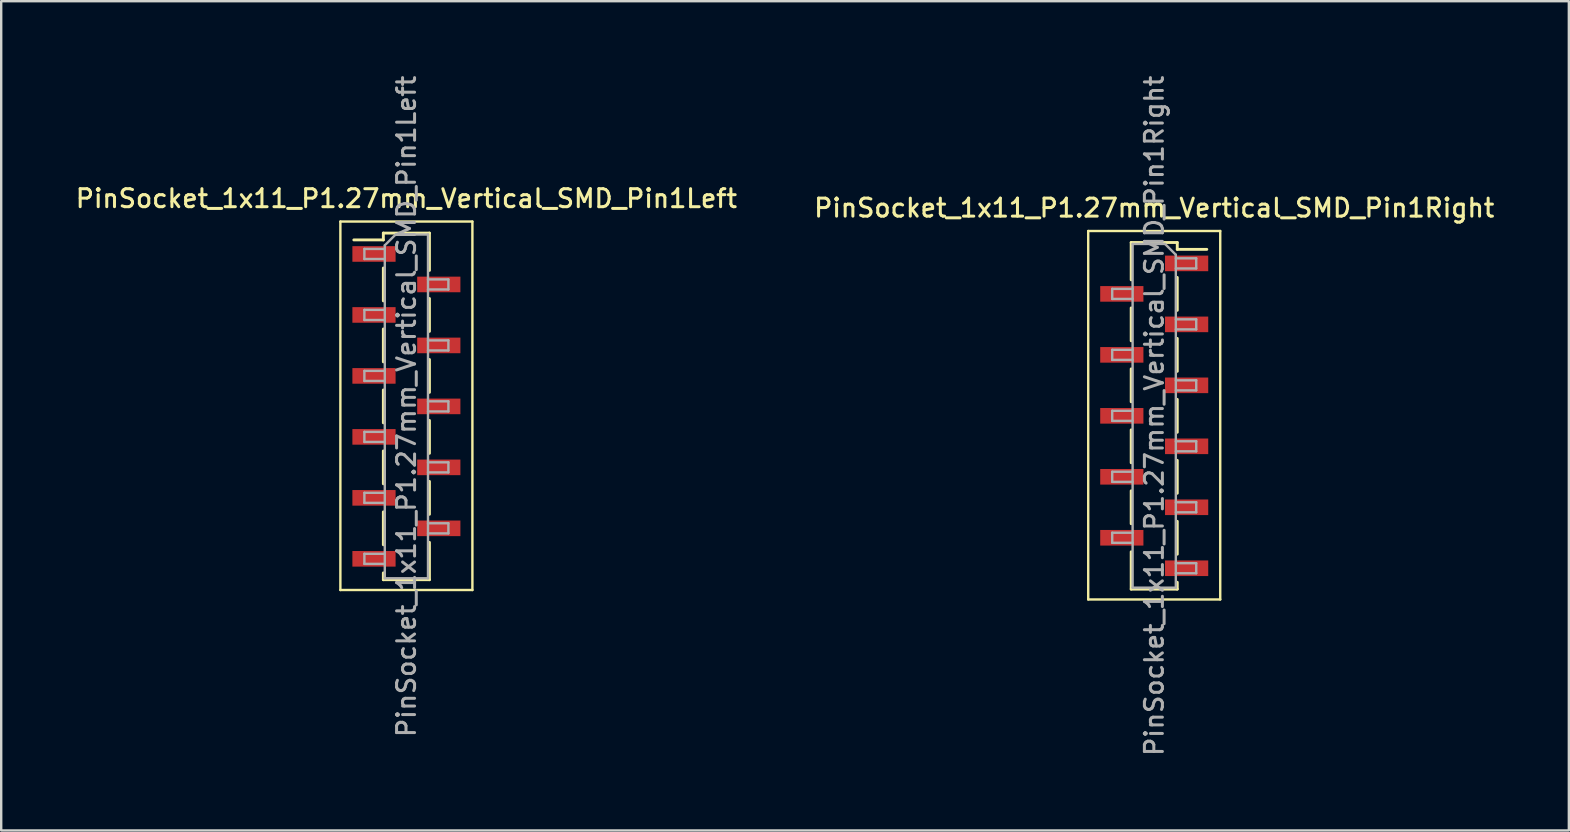
<source format=kicad_pcb>
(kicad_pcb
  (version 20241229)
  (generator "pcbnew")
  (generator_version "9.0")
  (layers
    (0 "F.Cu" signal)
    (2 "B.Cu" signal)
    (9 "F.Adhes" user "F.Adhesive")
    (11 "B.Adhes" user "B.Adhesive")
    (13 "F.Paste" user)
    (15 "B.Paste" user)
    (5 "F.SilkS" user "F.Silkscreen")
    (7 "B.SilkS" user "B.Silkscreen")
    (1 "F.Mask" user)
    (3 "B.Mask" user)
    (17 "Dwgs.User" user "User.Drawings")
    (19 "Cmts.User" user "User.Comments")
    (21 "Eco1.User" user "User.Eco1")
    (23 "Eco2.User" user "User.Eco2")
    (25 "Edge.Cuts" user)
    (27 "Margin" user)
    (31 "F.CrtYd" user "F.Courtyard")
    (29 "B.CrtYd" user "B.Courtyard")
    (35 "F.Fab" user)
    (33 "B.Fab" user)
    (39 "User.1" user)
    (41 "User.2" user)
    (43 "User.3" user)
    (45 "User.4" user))
  (footprint "PinSocket_1x11_P1.27mm_Vertical_SMD_Pin1Right"
    (layer "F.Cu")
    (at 45.034 14.273)
    (property "Reference" "PinSocket_1x11_P1.27mm_Vertical_SMD_Pin1Right" (at 0 -8.66 0) (layer "F.SilkS") (effects (font (size 0.75 0.75) (thickness 0.125))))
    (attr smd)
    (fp_line (start -2.75 -7.7) (end 2.75 -7.7) (stroke (width 0.1) (type solid)) (layer "F.SilkS"))
    (fp_line (start -2.75 7.65) (end -2.75 -7.7) (stroke (width 0.1) (type solid)) (layer "F.SilkS"))
    (fp_line (start -0.96 -7.22) (end -0.96 -5.665) (stroke (width 0.12) (type solid)) (layer "F.SilkS"))
    (fp_line (start -0.96 -7.22) (end 0.96 -7.22) (stroke (width 0.12) (type solid)) (layer "F.SilkS"))
    (fp_line (start -0.96 -4.495) (end -0.96 -3.125) (stroke (width 0.12) (type solid)) (layer "F.SilkS"))
    (fp_line (start -0.96 -1.955) (end -0.96 -0.585) (stroke (width 0.12) (type solid)) (layer "F.SilkS"))
    (fp_line (start -0.96 0.585) (end -0.96 1.955) (stroke (width 0.12) (type solid)) (layer "F.SilkS"))
    (fp_line (start -0.96 3.125) (end -0.96 4.495) (stroke (width 0.12) (type solid)) (layer "F.SilkS"))
    (fp_line (start -0.96 5.665) (end -0.96 7.22) (stroke (width 0.12) (type solid)) (layer "F.SilkS"))
    (fp_line (start -0.96 7.22) (end 0.96 7.22) (stroke (width 0.12) (type solid)) (layer "F.SilkS"))
    (fp_line (start 0.96 -7.22) (end 0.96 -6.935) (stroke (width 0.12) (type solid)) (layer "F.SilkS"))
    (fp_line (start 0.96 -6.935) (end 2.19 -6.935) (stroke (width 0.12) (type solid)) (layer "F.SilkS"))
    (fp_line (start 0.96 -5.765) (end 0.96 -4.395) (stroke (width 0.12) (type solid)) (layer "F.SilkS"))
    (fp_line (start 0.96 -3.225) (end 0.96 -1.855) (stroke (width 0.12) (type solid)) (layer "F.SilkS"))
    (fp_line (start 0.96 -0.685) (end 0.96 0.685) (stroke (width 0.12) (type solid)) (layer "F.SilkS"))
    (fp_line (start 0.96 1.855) (end 0.96 3.225) (stroke (width 0.12) (type solid)) (layer "F.SilkS"))
    (fp_line (start 0.96 4.395) (end 0.96 5.765) (stroke (width 0.12) (type solid)) (layer "F.SilkS"))
    (fp_line (start 0.96 6.935) (end 0.96 7.22) (stroke (width 0.12) (type solid)) (layer "F.SilkS"))
    (fp_line (start 2.75 -7.7) (end 2.75 7.65) (stroke (width 0.1) (type solid)) (layer "F.SilkS"))
    (fp_line (start 2.75 7.65) (end -2.75 7.65) (stroke (width 0.1) (type solid)) (layer "F.SilkS"))
    (fp_line (start -1.75 -5.29) (end -0.9 -5.29) (stroke (width 0.1) (type solid)) (layer "F.Fab"))
    (fp_line (start -1.75 -4.87) (end -1.75 -5.29) (stroke (width 0.1) (type solid)) (layer "F.Fab"))
    (fp_line (start -1.75 -2.75) (end -0.9 -2.75) (stroke (width 0.1) (type solid)) (layer "F.Fab"))
    (fp_line (start -1.75 -2.33) (end -1.75 -2.75) (stroke (width 0.1) (type solid)) (layer "F.Fab"))
    (fp_line (start -1.75 -0.21) (end -0.9 -0.21) (stroke (width 0.1) (type solid)) (layer "F.Fab"))
    (fp_line (start -1.75 0.21) (end -1.75 -0.21) (stroke (width 0.1) (type solid)) (layer "F.Fab"))
    (fp_line (start -1.75 2.33) (end -0.9 2.33) (stroke (width 0.1) (type solid)) (layer "F.Fab"))
    (fp_line (start -1.75 2.75) (end -1.75 2.33) (stroke (width 0.1) (type solid)) (layer "F.Fab"))
    (fp_line (start -1.75 4.87) (end -0.9 4.87) (stroke (width 0.1) (type solid)) (layer "F.Fab"))
    (fp_line (start -1.75 5.29) (end -1.75 4.87) (stroke (width 0.1) (type solid)) (layer "F.Fab"))
    (fp_line (start -0.9 -7.16) (end 0.45 -7.16) (stroke (width 0.1) (type solid)) (layer "F.Fab"))
    (fp_line (start -0.9 -4.87) (end -1.75 -4.87) (stroke (width 0.1) (type solid)) (layer "F.Fab"))
    (fp_line (start -0.9 -2.33) (end -1.75 -2.33) (stroke (width 0.1) (type solid)) (layer "F.Fab"))
    (fp_line (start -0.9 0.21) (end -1.75 0.21) (stroke (width 0.1) (type solid)) (layer "F.Fab"))
    (fp_line (start -0.9 2.75) (end -1.75 2.75) (stroke (width 0.1) (type solid)) (layer "F.Fab"))
    (fp_line (start -0.9 5.29) (end -1.75 5.29) (stroke (width 0.1) (type solid)) (layer "F.Fab"))
    (fp_line (start -0.9 7.16) (end -0.9 -7.16) (stroke (width 0.1) (type solid)) (layer "F.Fab"))
    (fp_line (start 0.45 -7.16) (end 0.9 -6.71) (stroke (width 0.1) (type solid)) (layer "F.Fab"))
    (fp_line (start 0.9 -6.71) (end 0.9 7.16) (stroke (width 0.1) (type solid)) (layer "F.Fab"))
    (fp_line (start 0.9 -6.56) (end 1.75 -6.56) (stroke (width 0.1) (type solid)) (layer "F.Fab"))
    (fp_line (start 0.9 -4.02) (end 1.75 -4.02) (stroke (width 0.1) (type solid)) (layer "F.Fab"))
    (fp_line (start 0.9 -1.48) (end 1.75 -1.48) (stroke (width 0.1) (type solid)) (layer "F.Fab"))
    (fp_line (start 0.9 1.06) (end 1.75 1.06) (stroke (width 0.1) (type solid)) (layer "F.Fab"))
    (fp_line (start 0.9 3.6) (end 1.75 3.6) (stroke (width 0.1) (type solid)) (layer "F.Fab"))
    (fp_line (start 0.9 6.14) (end 1.75 6.14) (stroke (width 0.1) (type solid)) (layer "F.Fab"))
    (fp_line (start 0.9 7.16) (end -0.9 7.16) (stroke (width 0.1) (type solid)) (layer "F.Fab"))
    (fp_line (start 1.75 -6.56) (end 1.75 -6.14) (stroke (width 0.1) (type solid)) (layer "F.Fab"))
    (fp_line (start 1.75 -6.14) (end 0.9 -6.14) (stroke (width 0.1) (type solid)) (layer "F.Fab"))
    (fp_line (start 1.75 -4.02) (end 1.75 -3.6) (stroke (width 0.1) (type solid)) (layer "F.Fab"))
    (fp_line (start 1.75 -3.6) (end 0.9 -3.6) (stroke (width 0.1) (type solid)) (layer "F.Fab"))
    (fp_line (start 1.75 -1.48) (end 1.75 -1.06) (stroke (width 0.1) (type solid)) (layer "F.Fab"))
    (fp_line (start 1.75 -1.06) (end 0.9 -1.06) (stroke (width 0.1) (type solid)) (layer "F.Fab"))
    (fp_line (start 1.75 1.06) (end 1.75 1.48) (stroke (width 0.1) (type solid)) (layer "F.Fab"))
    (fp_line (start 1.75 1.48) (end 0.9 1.48) (stroke (width 0.1) (type solid)) (layer "F.Fab"))
    (fp_line (start 1.75 3.6) (end 1.75 4.02) (stroke (width 0.1) (type solid)) (layer "F.Fab"))
    (fp_line (start 1.75 4.02) (end 0.9 4.02) (stroke (width 0.1) (type solid)) (layer "F.Fab"))
    (fp_line (start 1.75 6.14) (end 1.75 6.56) (stroke (width 0.1) (type solid)) (layer "F.Fab"))
    (fp_line (start 1.75 6.56) (end 0.9 6.56) (stroke (width 0.1) (type solid)) (layer "F.Fab"))
    (fp_text user "${REFERENCE}" (at 0 0 90) (layer "F.Fab") (effects (font (size 0.75 0.75) (thickness 0.125))))
    (pad "1" smd rect (at 1.35 -6.35) (size 1.8 0.65) (layers "F.Cu" "F.Mask" "F.Paste"))
    (pad "2" smd rect (at -1.35 -5.08) (size 1.8 0.65) (layers "F.Cu" "F.Mask" "F.Paste"))
    (pad "3" smd rect (at 1.35 -3.81) (size 1.8 0.65) (layers "F.Cu" "F.Mask" "F.Paste"))
    (pad "4" smd rect (at -1.35 -2.54) (size 1.8 0.65) (layers "F.Cu" "F.Mask" "F.Paste"))
    (pad "5" smd rect (at 1.35 -1.27) (size 1.8 0.65) (layers "F.Cu" "F.Mask" "F.Paste"))
    (pad "6" smd rect (at -1.35 0) (size 1.8 0.65) (layers "F.Cu" "F.Mask" "F.Paste"))
    (pad "7" smd rect (at 1.35 1.27) (size 1.8 0.65) (layers "F.Cu" "F.Mask" "F.Paste"))
    (pad "8" smd rect (at -1.35 2.54) (size 1.8 0.65) (layers "F.Cu" "F.Mask" "F.Paste"))
    (pad "9" smd rect (at 1.35 3.81) (size 1.8 0.65) (layers "F.Cu" "F.Mask" "F.Paste"))
    (pad "10" smd rect (at -1.35 5.08) (size 1.8 0.65) (layers "F.Cu" "F.Mask" "F.Paste"))
    (pad "11" smd rect (at 1.35 6.35) (size 1.8 0.65) (layers "F.Cu" "F.Mask" "F.Paste")))
  (footprint "PinSocket_1x11_P1.27mm_Vertical_SMD_Pin1Left"
    (layer "F.Cu")
    (at 13.88 13.88)
    (property "Reference" "PinSocket_1x11_P1.27mm_Vertical_SMD_Pin1Left" (at 0 -8.66 0) (layer "F.SilkS") (effects (font (size 0.75 0.75) (thickness 0.125))))
    (attr smd)
    (fp_line (start -2.75 -7.7) (end 2.75 -7.7) (stroke (width 0.1) (type solid)) (layer "F.SilkS"))
    (fp_line (start -2.75 7.65) (end -2.75 -7.7) (stroke (width 0.1) (type solid)) (layer "F.SilkS"))
    (fp_line (start -2.19 -6.935) (end -0.96 -6.935) (stroke (width 0.12) (type solid)) (layer "F.SilkS"))
    (fp_line (start -0.96 -7.22) (end -0.96 -6.935) (stroke (width 0.12) (type solid)) (layer "F.SilkS"))
    (fp_line (start -0.96 -7.22) (end 0.96 -7.22) (stroke (width 0.12) (type solid)) (layer "F.SilkS"))
    (fp_line (start -0.96 -5.765) (end -0.96 -4.395) (stroke (width 0.12) (type solid)) (layer "F.SilkS"))
    (fp_line (start -0.96 -3.225) (end -0.96 -1.855) (stroke (width 0.12) (type solid)) (layer "F.SilkS"))
    (fp_line (start -0.96 -0.685) (end -0.96 0.685) (stroke (width 0.12) (type solid)) (layer "F.SilkS"))
    (fp_line (start -0.96 1.855) (end -0.96 3.225) (stroke (width 0.12) (type solid)) (layer "F.SilkS"))
    (fp_line (start -0.96 4.395) (end -0.96 5.765) (stroke (width 0.12) (type solid)) (layer "F.SilkS"))
    (fp_line (start -0.96 6.935) (end -0.96 7.22) (stroke (width 0.12) (type solid)) (layer "F.SilkS"))
    (fp_line (start -0.96 7.22) (end 0.96 7.22) (stroke (width 0.12) (type solid)) (layer "F.SilkS"))
    (fp_line (start 0.96 -7.22) (end 0.96 -5.665) (stroke (width 0.12) (type solid)) (layer "F.SilkS"))
    (fp_line (start 0.96 -4.495) (end 0.96 -3.125) (stroke (width 0.12) (type solid)) (layer "F.SilkS"))
    (fp_line (start 0.96 -1.955) (end 0.96 -0.585) (stroke (width 0.12) (type solid)) (layer "F.SilkS"))
    (fp_line (start 0.96 0.585) (end 0.96 1.955) (stroke (width 0.12) (type solid)) (layer "F.SilkS"))
    (fp_line (start 0.96 3.125) (end 0.96 4.495) (stroke (width 0.12) (type solid)) (layer "F.SilkS"))
    (fp_line (start 0.96 5.665) (end 0.96 7.22) (stroke (width 0.12) (type solid)) (layer "F.SilkS"))
    (fp_line (start 2.75 -7.7) (end 2.75 7.65) (stroke (width 0.1) (type solid)) (layer "F.SilkS"))
    (fp_line (start 2.75 7.65) (end -2.75 7.65) (stroke (width 0.1) (type solid)) (layer "F.SilkS"))
    (fp_line (start -1.75 -6.56) (end -0.9 -6.56) (stroke (width 0.1) (type solid)) (layer "F.Fab"))
    (fp_line (start -1.75 -6.14) (end -1.75 -6.56) (stroke (width 0.1) (type solid)) (layer "F.Fab"))
    (fp_line (start -1.75 -4.02) (end -0.9 -4.02) (stroke (width 0.1) (type solid)) (layer "F.Fab"))
    (fp_line (start -1.75 -3.6) (end -1.75 -4.02) (stroke (width 0.1) (type solid)) (layer "F.Fab"))
    (fp_line (start -1.75 -1.48) (end -0.9 -1.48) (stroke (width 0.1) (type solid)) (layer "F.Fab"))
    (fp_line (start -1.75 -1.06) (end -1.75 -1.48) (stroke (width 0.1) (type solid)) (layer "F.Fab"))
    (fp_line (start -1.75 1.06) (end -0.9 1.06) (stroke (width 0.1) (type solid)) (layer "F.Fab"))
    (fp_line (start -1.75 1.48) (end -1.75 1.06) (stroke (width 0.1) (type solid)) (layer "F.Fab"))
    (fp_line (start -1.75 3.6) (end -0.9 3.6) (stroke (width 0.1) (type solid)) (layer "F.Fab"))
    (fp_line (start -1.75 4.02) (end -1.75 3.6) (stroke (width 0.1) (type solid)) (layer "F.Fab"))
    (fp_line (start -1.75 6.14) (end -0.9 6.14) (stroke (width 0.1) (type solid)) (layer "F.Fab"))
    (fp_line (start -1.75 6.56) (end -1.75 6.14) (stroke (width 0.1) (type solid)) (layer "F.Fab"))
    (fp_line (start -0.9 -6.71) (end -0.45 -7.16) (stroke (width 0.1) (type solid)) (layer "F.Fab"))
    (fp_line (start -0.9 -6.14) (end -1.75 -6.14) (stroke (width 0.1) (type solid)) (layer "F.Fab"))
    (fp_line (start -0.9 -3.6) (end -1.75 -3.6) (stroke (width 0.1) (type solid)) (layer "F.Fab"))
    (fp_line (start -0.9 -1.06) (end -1.75 -1.06) (stroke (width 0.1) (type solid)) (layer "F.Fab"))
    (fp_line (start -0.9 1.48) (end -1.75 1.48) (stroke (width 0.1) (type solid)) (layer "F.Fab"))
    (fp_line (start -0.9 4.02) (end -1.75 4.02) (stroke (width 0.1) (type solid)) (layer "F.Fab"))
    (fp_line (start -0.9 6.56) (end -1.75 6.56) (stroke (width 0.1) (type solid)) (layer "F.Fab"))
    (fp_line (start -0.9 7.16) (end -0.9 -6.71) (stroke (width 0.1) (type solid)) (layer "F.Fab"))
    (fp_line (start -0.45 -7.16) (end 0.9 -7.16) (stroke (width 0.1) (type solid)) (layer "F.Fab"))
    (fp_line (start 0.9 -7.16) (end 0.9 7.16) (stroke (width 0.1) (type solid)) (layer "F.Fab"))
    (fp_line (start 0.9 -5.29) (end 1.75 -5.29) (stroke (width 0.1) (type solid)) (layer "F.Fab"))
    (fp_line (start 0.9 -2.75) (end 1.75 -2.75) (stroke (width 0.1) (type solid)) (layer "F.Fab"))
    (fp_line (start 0.9 -0.21) (end 1.75 -0.21) (stroke (width 0.1) (type solid)) (layer "F.Fab"))
    (fp_line (start 0.9 2.33) (end 1.75 2.33) (stroke (width 0.1) (type solid)) (layer "F.Fab"))
    (fp_line (start 0.9 4.87) (end 1.75 4.87) (stroke (width 0.1) (type solid)) (layer "F.Fab"))
    (fp_line (start 0.9 7.16) (end -0.9 7.16) (stroke (width 0.1) (type solid)) (layer "F.Fab"))
    (fp_line (start 1.75 -5.29) (end 1.75 -4.87) (stroke (width 0.1) (type solid)) (layer "F.Fab"))
    (fp_line (start 1.75 -4.87) (end 0.9 -4.87) (stroke (width 0.1) (type solid)) (layer "F.Fab"))
    (fp_line (start 1.75 -2.75) (end 1.75 -2.33) (stroke (width 0.1) (type solid)) (layer "F.Fab"))
    (fp_line (start 1.75 -2.33) (end 0.9 -2.33) (stroke (width 0.1) (type solid)) (layer "F.Fab"))
    (fp_line (start 1.75 -0.21) (end 1.75 0.21) (stroke (width 0.1) (type solid)) (layer "F.Fab"))
    (fp_line (start 1.75 0.21) (end 0.9 0.21) (stroke (width 0.1) (type solid)) (layer "F.Fab"))
    (fp_line (start 1.75 2.33) (end 1.75 2.75) (stroke (width 0.1) (type solid)) (layer "F.Fab"))
    (fp_line (start 1.75 2.75) (end 0.9 2.75) (stroke (width 0.1) (type solid)) (layer "F.Fab"))
    (fp_line (start 1.75 4.87) (end 1.75 5.29) (stroke (width 0.1) (type solid)) (layer "F.Fab"))
    (fp_line (start 1.75 5.29) (end 0.9 5.29) (stroke (width 0.1) (type solid)) (layer "F.Fab"))
    (fp_text user "${REFERENCE}" (at 0 0 90) (layer "F.Fab") (effects (font (size 0.75 0.75) (thickness 0.125))))
    (pad "1" smd rect (at -1.35 -6.35) (size 1.8 0.65) (layers "F.Cu" "F.Mask" "F.Paste"))
    (pad "2" smd rect (at 1.35 -5.08) (size 1.8 0.65) (layers "F.Cu" "F.Mask" "F.Paste"))
    (pad "3" smd rect (at -1.35 -3.81) (size 1.8 0.65) (layers "F.Cu" "F.Mask" "F.Paste"))
    (pad "4" smd rect (at 1.35 -2.54) (size 1.8 0.65) (layers "F.Cu" "F.Mask" "F.Paste"))
    (pad "5" smd rect (at -1.35 -1.27) (size 1.8 0.65) (layers "F.Cu" "F.Mask" "F.Paste"))
    (pad "6" smd rect (at 1.35 0) (size 1.8 0.65) (layers "F.Cu" "F.Mask" "F.Paste"))
    (pad "7" smd rect (at -1.35 1.27) (size 1.8 0.65) (layers "F.Cu" "F.Mask" "F.Paste"))
    (pad "8" smd rect (at 1.35 2.54) (size 1.8 0.65) (layers "F.Cu" "F.Mask" "F.Paste"))
    (pad "9" smd rect (at -1.35 3.81) (size 1.8 0.65) (layers "F.Cu" "F.Mask" "F.Paste"))
    (pad "10" smd rect (at 1.35 5.08) (size 1.8 0.65) (layers "F.Cu" "F.Mask" "F.Paste"))
    (pad "11" smd rect (at -1.35 6.35) (size 1.8 0.65) (layers "F.Cu" "F.Mask" "F.Paste")))
  (gr_rect
    (start -3 -3)
    (end 62.307 31.546)
    (stroke (width 0.1) (type default))
    (fill no)
    (layer "Edge.Cuts")))
</source>
